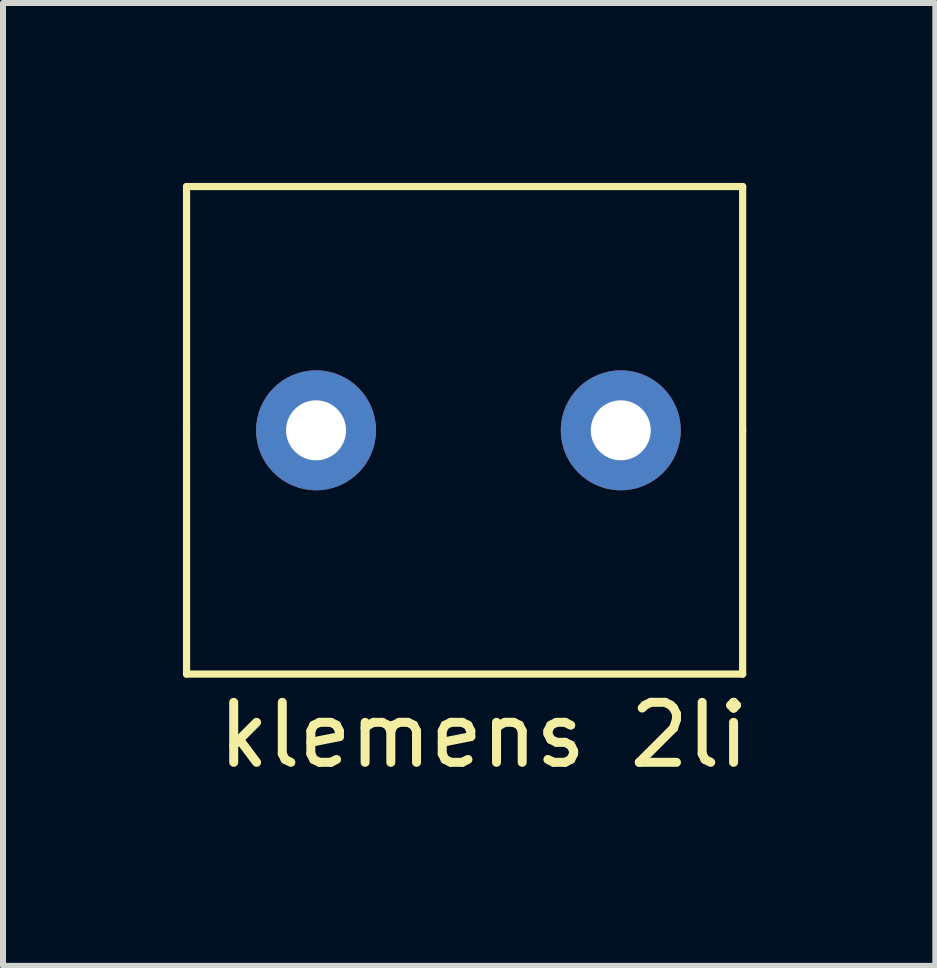
<source format=kicad_pcb>
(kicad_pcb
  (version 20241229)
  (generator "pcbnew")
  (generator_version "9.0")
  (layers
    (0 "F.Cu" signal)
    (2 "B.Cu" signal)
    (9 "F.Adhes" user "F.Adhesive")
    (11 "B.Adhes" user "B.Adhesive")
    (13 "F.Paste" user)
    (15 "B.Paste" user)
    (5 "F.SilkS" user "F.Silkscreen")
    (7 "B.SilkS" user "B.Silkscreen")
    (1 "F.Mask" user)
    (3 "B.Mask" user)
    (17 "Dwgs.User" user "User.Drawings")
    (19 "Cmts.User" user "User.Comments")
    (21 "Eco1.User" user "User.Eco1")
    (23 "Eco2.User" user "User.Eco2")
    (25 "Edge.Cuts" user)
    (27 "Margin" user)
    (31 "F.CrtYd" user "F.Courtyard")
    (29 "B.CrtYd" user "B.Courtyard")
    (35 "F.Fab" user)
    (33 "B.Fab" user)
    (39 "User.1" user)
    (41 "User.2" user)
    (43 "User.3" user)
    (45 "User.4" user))
  (footprint "klemens 2li"
    (layer "F.Cu")
    (at 5.013 4.124)
    (property "Reference" "klemens 2li" (at 0 5.08 0) (layer "F.SilkS") (effects (font (size 1 1) (thickness 0.15))))
    (attr through_hole)
    (fp_line (start -4.953 -4.064) (end -4.953 0) (stroke (width 0.12) (type solid)) (layer "F.SilkS"))
    (fp_line (start -4.953 0) (end -4.953 4.064) (stroke (width 0.12) (type solid)) (layer "F.SilkS"))
    (fp_line (start -4.953 4.064) (end 4.318 4.064) (stroke (width 0.12) (type solid)) (layer "F.SilkS"))
    (fp_line (start 4.318 -4.064) (end -4.953 -4.064) (stroke (width 0.12) (type solid)) (layer "F.SilkS"))
    (fp_line (start 4.318 0) (end 4.318 -4.064) (stroke (width 0.12) (type solid)) (layer "F.SilkS"))
    (fp_line (start 4.318 4.064) (end 4.318 0) (stroke (width 0.12) (type solid)) (layer "F.SilkS"))
    (pad "1" thru_hole circle (at -2.794 0) (size 2 2) (drill 1) (layers "*.Cu" "*.Mask"))
    (pad "2" thru_hole circle (at 2.286 0) (size 2 2) (drill 1) (layers "*.Cu" "*.Mask")))
  (gr_rect
    (start -3 -3)
    (end 12.543 13.052)
    (stroke (width 0.1) (type default))
    (fill no)
    (layer "Edge.Cuts")))
</source>
